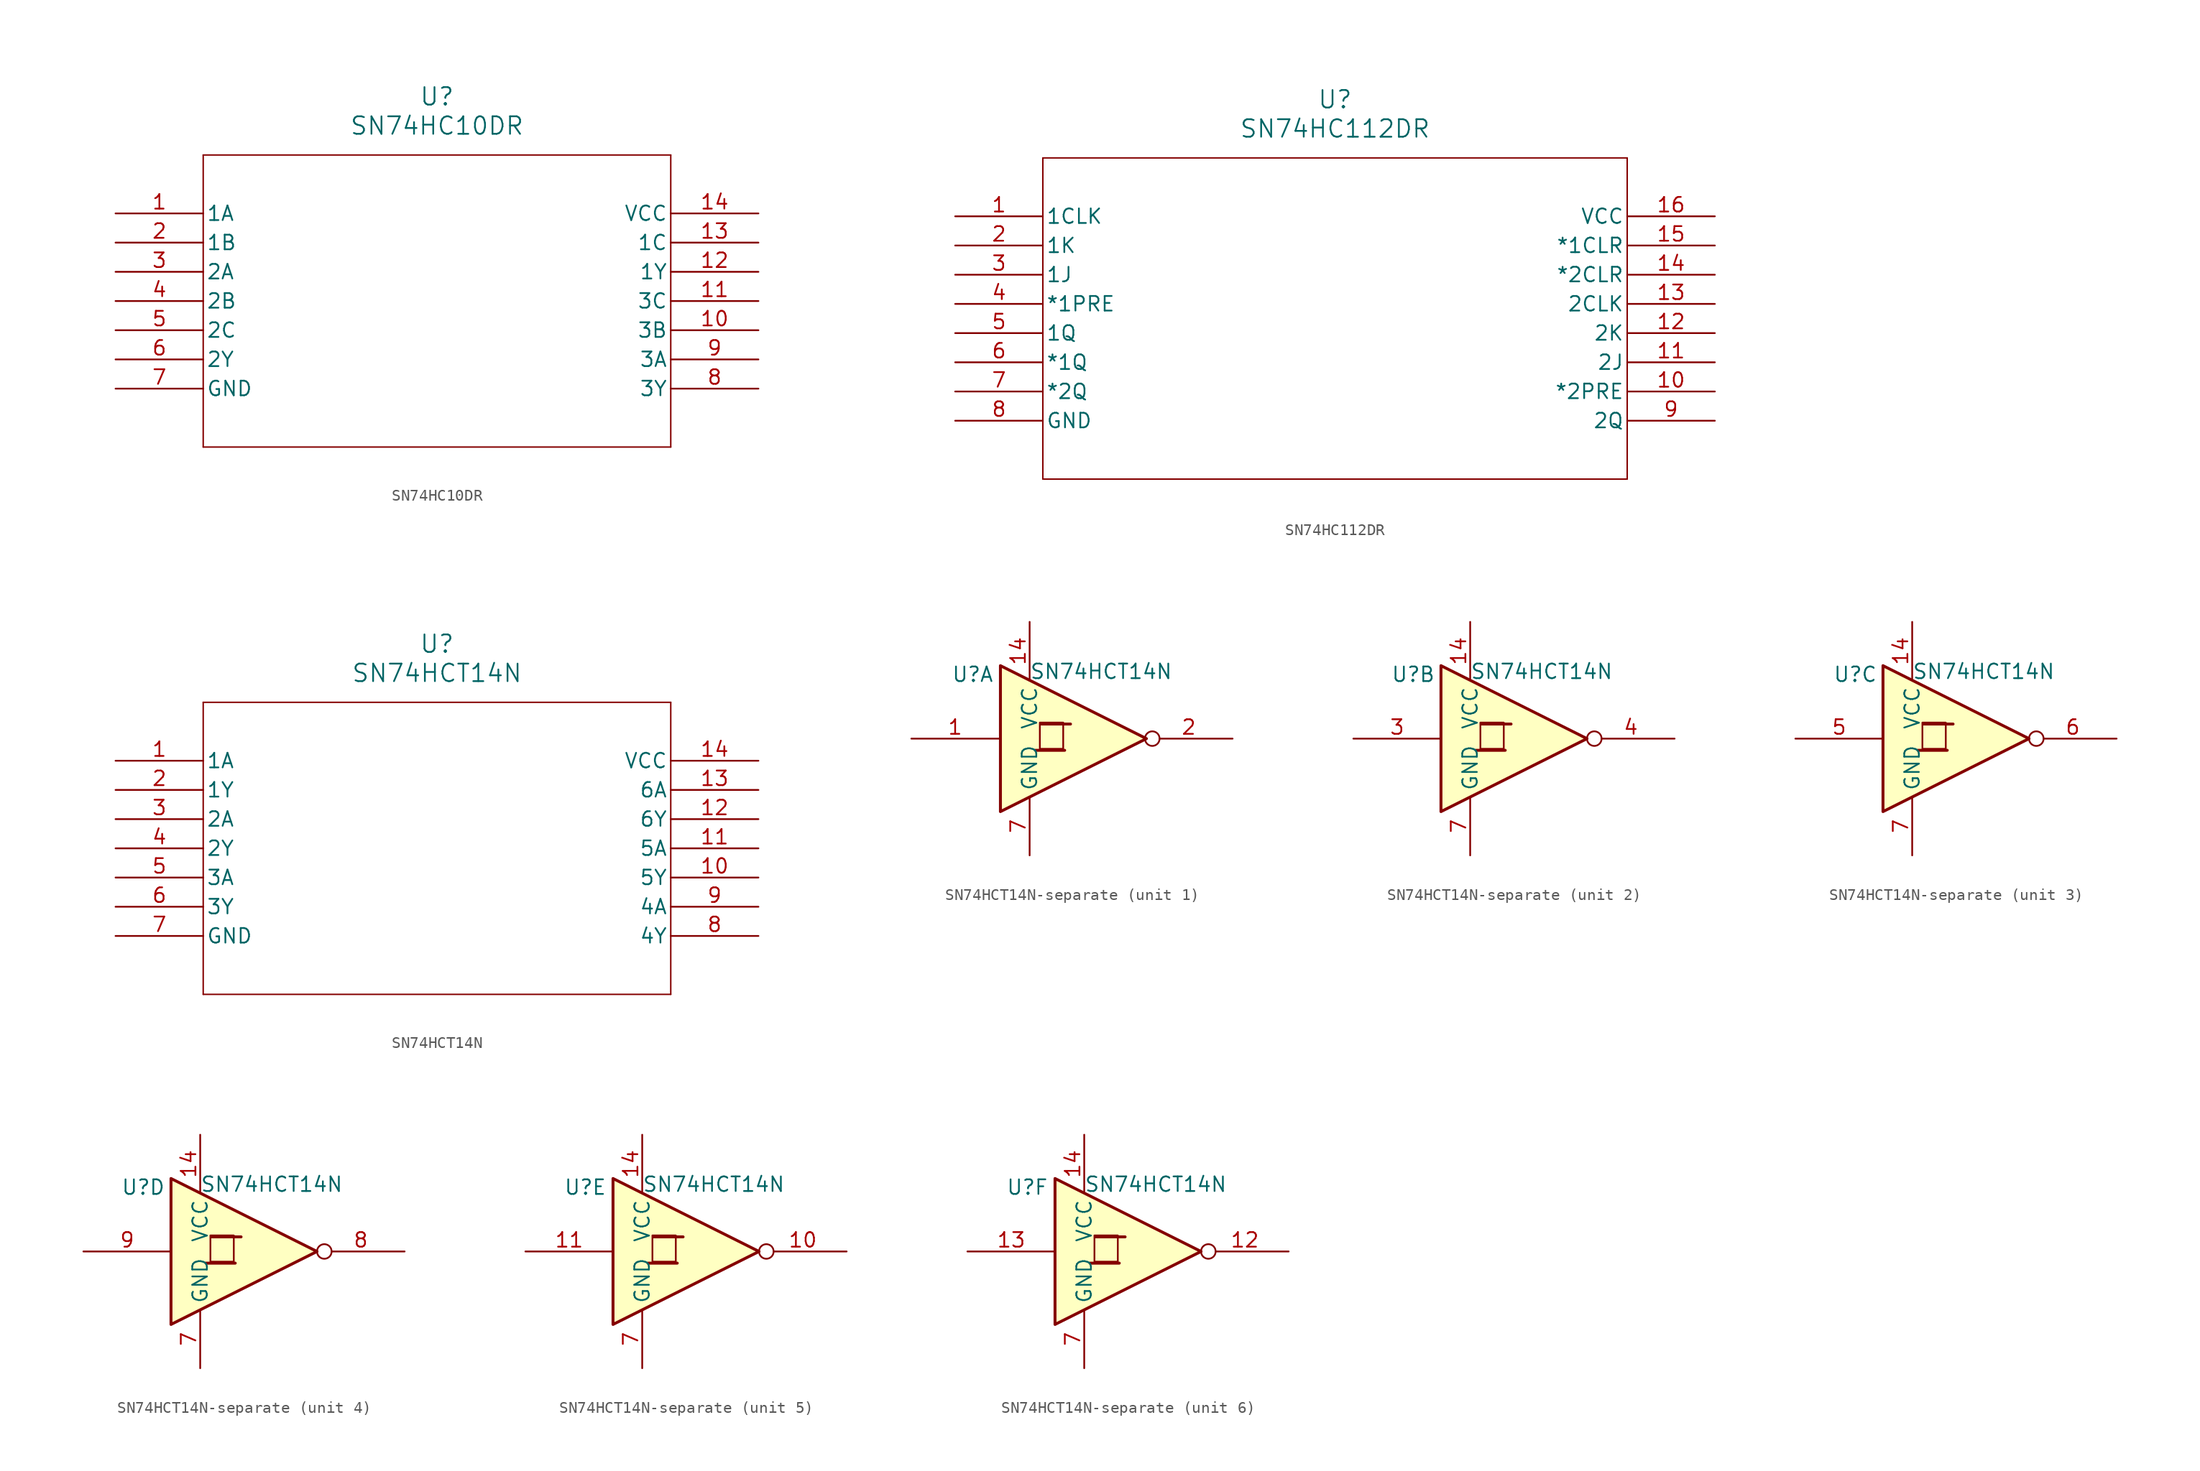
<source format=kicad_sym>
(kicad_symbol_lib
  (version 20240819)
  (generator "kicad_symbol_editor")
  (generator_version "8.99")
  (symbol "SN74HC10DR"
    (pin_names
      (offset 0.254))
    (property "Reference" "U"
      (at 27.94 10.16 0)
      (effects (font (size 1.524 1.524))))
    (property "Value" "SN74HC10DR"
      (at 27.94 7.62 0)
      (effects (font (size 1.524 1.524))))
    (property "ki_locked" ""
      (at 0 0 0)
      (effects (font (size 1.27 1.27))))
    (symbol "SN74HC10DR_0_1"
      (polyline (pts (xy 7.62 5.08) (xy 7.62 -20.32)) (stroke (width 0.127) (type default)) (fill (type none)))
      (polyline (pts (xy 7.62 -20.32) (xy 48.26 -20.32)) (stroke (width 0.127) (type default)) (fill (type none)))
      (polyline (pts (xy 48.26 5.08) (xy 7.62 5.08)) (stroke (width 0.127) (type default)) (fill (type none)))
      (polyline (pts (xy 48.26 -20.32) (xy 48.26 5.08)) (stroke (width 0.127) (type default)) (fill (type none)))
      (pin input line (at 0 0 0) (length 7.62) (name "1A" (effects (font (size 1.27 1.27)))) (number "1" (effects (font (size 1.27 1.27)))))
      (pin input line (at 0 -2.54 0) (length 7.62) (name "1B" (effects (font (size 1.27 1.27)))) (number "2" (effects (font (size 1.27 1.27)))))
      (pin input line (at 0 -5.08 0) (length 7.62) (name "2A" (effects (font (size 1.27 1.27)))) (number "3" (effects (font (size 1.27 1.27)))))
      (pin input line (at 0 -7.62 0) (length 7.62) (name "2B" (effects (font (size 1.27 1.27)))) (number "4" (effects (font (size 1.27 1.27)))))
      (pin input line (at 0 -10.16 0) (length 7.62) (name "2C" (effects (font (size 1.27 1.27)))) (number "5" (effects (font (size 1.27 1.27)))))
      (pin output line (at 0 -12.7 0) (length 7.62) (name "2Y" (effects (font (size 1.27 1.27)))) (number "6" (effects (font (size 1.27 1.27)))))
      (pin power_in line (at 0 -15.24 0) (length 7.62) (name "GND" (effects (font (size 1.27 1.27)))) (number "7" (effects (font (size 1.27 1.27)))))
      (pin power_in line (at 55.88 0 180) (length 7.62) (name "VCC" (effects (font (size 1.27 1.27)))) (number "14" (effects (font (size 1.27 1.27)))))
      (pin input line (at 55.88 -2.54 180) (length 7.62) (name "1C" (effects (font (size 1.27 1.27)))) (number "13" (effects (font (size 1.27 1.27)))))
      (pin output line (at 55.88 -5.08 180) (length 7.62) (name "1Y" (effects (font (size 1.27 1.27)))) (number "12" (effects (font (size 1.27 1.27)))))
      (pin input line (at 55.88 -7.62 180) (length 7.62) (name "3C" (effects (font (size 1.27 1.27)))) (number "11" (effects (font (size 1.27 1.27)))))
      (pin input line (at 55.88 -10.16 180) (length 7.62) (name "3B" (effects (font (size 1.27 1.27)))) (number "10" (effects (font (size 1.27 1.27)))))
      (pin input line (at 55.88 -12.7 180) (length 7.62) (name "3A" (effects (font (size 1.27 1.27)))) (number "9" (effects (font (size 1.27 1.27)))))
      (pin output line (at 55.88 -15.24 180) (length 7.62) (name "3Y" (effects (font (size 1.27 1.27)))) (number "8" (effects (font (size 1.27 1.27)))))))
  (symbol "SN74HC112DR"
    (pin_names
      (offset 0.254))
    (property "Reference" "U"
      (at 33.02 10.16 0)
      (effects (font (size 1.524 1.524))))
    (property "Value" "SN74HC112DR"
      (at 33.02 7.62 0)
      (effects (font (size 1.524 1.524))))
    (property "ki_locked" ""
      (at 0 0 0)
      (effects (font (size 1.27 1.27))))
    (symbol "SN74HC112DR_0_1"
      (polyline (pts (xy 7.62 5.08) (xy 7.62 -22.86)) (stroke (width 0.127) (type default)) (fill (type none)))
      (polyline (pts (xy 7.62 -22.86) (xy 58.42 -22.86)) (stroke (width 0.127) (type default)) (fill (type none)))
      (polyline (pts (xy 58.42 5.08) (xy 7.62 5.08)) (stroke (width 0.127) (type default)) (fill (type none)))
      (polyline (pts (xy 58.42 -22.86) (xy 58.42 5.08)) (stroke (width 0.127) (type default)) (fill (type none)))
      (pin input line (at 0 0 0) (length 7.62) (name "1CLK" (effects (font (size 1.27 1.27)))) (number "1" (effects (font (size 1.27 1.27)))))
      (pin input line (at 0 -2.54 0) (length 7.62) (name "1K" (effects (font (size 1.27 1.27)))) (number "2" (effects (font (size 1.27 1.27)))))
      (pin input line (at 0 -5.08 0) (length 7.62) (name "1J" (effects (font (size 1.27 1.27)))) (number "3" (effects (font (size 1.27 1.27)))))
      (pin input line (at 0 -7.62 0) (length 7.62) (name "*1PRE" (effects (font (size 1.27 1.27)))) (number "4" (effects (font (size 1.27 1.27)))))
      (pin output line (at 0 -10.16 0) (length 7.62) (name "1Q" (effects (font (size 1.27 1.27)))) (number "5" (effects (font (size 1.27 1.27)))))
      (pin output line (at 0 -12.7 0) (length 7.62) (name "*1Q" (effects (font (size 1.27 1.27)))) (number "6" (effects (font (size 1.27 1.27)))))
      (pin output line (at 0 -15.24 0) (length 7.62) (name "*2Q" (effects (font (size 1.27 1.27)))) (number "7" (effects (font (size 1.27 1.27)))))
      (pin power_in line (at 0 -17.78 0) (length 7.62) (name "GND" (effects (font (size 1.27 1.27)))) (number "8" (effects (font (size 1.27 1.27)))))
      (pin power_in line (at 66.04 0 180) (length 7.62) (name "VCC" (effects (font (size 1.27 1.27)))) (number "16" (effects (font (size 1.27 1.27)))))
      (pin input line (at 66.04 -2.54 180) (length 7.62) (name "*1CLR" (effects (font (size 1.27 1.27)))) (number "15" (effects (font (size 1.27 1.27)))))
      (pin input line (at 66.04 -5.08 180) (length 7.62) (name "*2CLR" (effects (font (size 1.27 1.27)))) (number "14" (effects (font (size 1.27 1.27)))))
      (pin input line (at 66.04 -7.62 180) (length 7.62) (name "2CLK" (effects (font (size 1.27 1.27)))) (number "13" (effects (font (size 1.27 1.27)))))
      (pin input line (at 66.04 -10.16 180) (length 7.62) (name "2K" (effects (font (size 1.27 1.27)))) (number "12" (effects (font (size 1.27 1.27)))))
      (pin input line (at 66.04 -12.7 180) (length 7.62) (name "2J" (effects (font (size 1.27 1.27)))) (number "11" (effects (font (size 1.27 1.27)))))
      (pin input line (at 66.04 -15.24 180) (length 7.62) (name "*2PRE" (effects (font (size 1.27 1.27)))) (number "10" (effects (font (size 1.27 1.27)))))
      (pin output line (at 66.04 -17.78 180) (length 7.62) (name "2Q" (effects (font (size 1.27 1.27)))) (number "9" (effects (font (size 1.27 1.27)))))))
  (symbol "SN74HCT14N"
    (pin_names
      (offset 0.254))
    (property "Reference" "U"
      (at 27.94 10.16 0)
      (effects (font (size 1.524 1.524))))
    (property "Value" "SN74HCT14N"
      (at 27.94 7.62 0)
      (effects (font (size 1.524 1.524))))
    (property "ki_locked" ""
      (at 0 0 0)
      (effects (font (size 1.27 1.27))))
    (symbol "SN74HCT14N_0_1"
      (polyline (pts (xy 7.62 5.08) (xy 7.62 -20.32)) (stroke (width 0.127) (type default)) (fill (type none)))
      (polyline (pts (xy 7.62 -20.32) (xy 48.26 -20.32)) (stroke (width 0.127) (type default)) (fill (type none)))
      (polyline (pts (xy 48.26 5.08) (xy 7.62 5.08)) (stroke (width 0.127) (type default)) (fill (type none)))
      (polyline (pts (xy 48.26 -20.32) (xy 48.26 5.08)) (stroke (width 0.127) (type default)) (fill (type none)))
      (pin input line (at 0 0 0) (length 7.62) (name "1A" (effects (font (size 1.27 1.27)))) (number "1" (effects (font (size 1.27 1.27)))))
      (pin output line (at 0 -2.54 0) (length 7.62) (name "1Y" (effects (font (size 1.27 1.27)))) (number "2" (effects (font (size 1.27 1.27)))))
      (pin input line (at 0 -5.08 0) (length 7.62) (name "2A" (effects (font (size 1.27 1.27)))) (number "3" (effects (font (size 1.27 1.27)))))
      (pin output line (at 0 -7.62 0) (length 7.62) (name "2Y" (effects (font (size 1.27 1.27)))) (number "4" (effects (font (size 1.27 1.27)))))
      (pin input line (at 0 -10.16 0) (length 7.62) (name "3A" (effects (font (size 1.27 1.27)))) (number "5" (effects (font (size 1.27 1.27)))))
      (pin output line (at 0 -12.7 0) (length 7.62) (name "3Y" (effects (font (size 1.27 1.27)))) (number "6" (effects (font (size 1.27 1.27)))))
      (pin power_in line (at 0 -15.24 0) (length 7.62) (name "GND" (effects (font (size 1.27 1.27)))) (number "7" (effects (font (size 1.27 1.27)))))
      (pin power_in line (at 55.88 0 180) (length 7.62) (name "VCC" (effects (font (size 1.27 1.27)))) (number "14" (effects (font (size 1.27 1.27)))))
      (pin input line (at 55.88 -2.54 180) (length 7.62) (name "6A" (effects (font (size 1.27 1.27)))) (number "13" (effects (font (size 1.27 1.27)))))
      (pin output line (at 55.88 -5.08 180) (length 7.62) (name "6Y" (effects (font (size 1.27 1.27)))) (number "12" (effects (font (size 1.27 1.27)))))
      (pin input line (at 55.88 -7.62 180) (length 7.62) (name "5A" (effects (font (size 1.27 1.27)))) (number "11" (effects (font (size 1.27 1.27)))))
      (pin output line (at 55.88 -10.16 180) (length 7.62) (name "5Y" (effects (font (size 1.27 1.27)))) (number "10" (effects (font (size 1.27 1.27)))))
      (pin input line (at 55.88 -12.7 180) (length 7.62) (name "4A" (effects (font (size 1.27 1.27)))) (number "9" (effects (font (size 1.27 1.27)))))
      (pin output line (at 55.88 -15.24 180) (length 7.62) (name "4Y" (effects (font (size 1.27 1.27)))) (number "8" (effects (font (size 1.27 1.27)))))))
  (symbol "SN74HCT14N-separate"
    (property "Reference" "U"
      (at -6.858 5.588 0)
      (effects (font (size 1.27 1.27))))
    (property "Value" "SN74HCT14N"
      (at 4.318 5.842 0)
      (effects (font (size 1.27 1.27))))
    (symbol "SN74HCT14N-separate_0_1"
      (polyline (pts (xy -4.445 6.35) (xy -4.445 -6.35) (xy 8.255 0) (xy -4.445 6.35)) (stroke (width 0.254) (type default)) (fill (type background)))
      (polyline (pts (xy -1.397 -1.016) (xy 1.143 -1.016)) (stroke (width 0.254) (type default)) (fill (type background)))
      (rectangle (start -1.016 1.397) (end 1.016 -0.889) (stroke (width 0) (type default)) (fill (type none)))
      (polyline (pts (xy -0.889 1.27) (xy 1.651 1.27)) (stroke (width 0.254) (type default)) (fill (type background)))
      (pin power_in line (at -1.905 10.16 270) (length 5.08) (name "VCC" (effects (font (size 1.27 1.27)))) (number "14" (effects (font (size 1.27 1.27)))))
      (pin power_in line (at -1.905 -10.16 90) (length 5.08) (name "GND" (effects (font (size 1.27 1.27)))) (number "7" (effects (font (size 1.27 1.27))))))
    (symbol "SN74HCT14N-separate_1_1"
      (pin input line (at -12.192 0 0) (length 7.62) (name "~" (effects (font (size 1.27 1.27)))) (number "1" (effects (font (size 1.27 1.27)))))
      (pin open_collector inverted (at 15.748 0 180) (length 7.62) (name "~" (effects (font (size 1.27 1.27)))) (number "2" (effects (font (size 1.27 1.27))))))
    (symbol "SN74HCT14N-separate_2_1"
      (pin input line (at -12.065 0 0) (length 7.62) (name "~" (effects (font (size 1.27 1.27)))) (number "3" (effects (font (size 1.27 1.27)))))
      (pin open_collector inverted (at 15.875 0 180) (length 7.62) (name "~" (effects (font (size 1.27 1.27)))) (number "4" (effects (font (size 1.27 1.27))))))
    (symbol "SN74HCT14N-separate_3_1"
      (pin input line (at -12.065 0 0) (length 7.62) (name "~" (effects (font (size 1.27 1.27)))) (number "5" (effects (font (size 1.27 1.27)))))
      (pin open_collector inverted (at 15.875 0 180) (length 7.62) (name "~" (effects (font (size 1.27 1.27)))) (number "6" (effects (font (size 1.27 1.27))))))
    (symbol "SN74HCT14N-separate_4_1"
      (pin input line (at -12.065 0 0) (length 7.62) (name "~" (effects (font (size 1.27 1.27)))) (number "9" (effects (font (size 1.27 1.27)))))
      (pin open_collector inverted (at 15.875 0 180) (length 7.62) (name "~" (effects (font (size 1.27 1.27)))) (number "8" (effects (font (size 1.27 1.27))))))
    (symbol "SN74HCT14N-separate_5_1"
      (pin input line (at -12.065 0 0) (length 7.62) (name "~" (effects (font (size 1.27 1.27)))) (number "11" (effects (font (size 1.27 1.27)))))
      (pin open_collector inverted (at 15.875 0 180) (length 7.62) (name "~" (effects (font (size 1.27 1.27)))) (number "10" (effects (font (size 1.27 1.27))))))
    (symbol "SN74HCT14N-separate_6_1"
      (pin input line (at -12.065 0 0) (length 7.62) (name "~" (effects (font (size 1.27 1.27)))) (number "13" (effects (font (size 1.27 1.27)))))
      (pin open_collector inverted (at 15.875 0 180) (length 7.62) (name "~" (effects (font (size 1.27 1.27)))) (number "12" (effects (font (size 1.27 1.27))))))))
</source>
